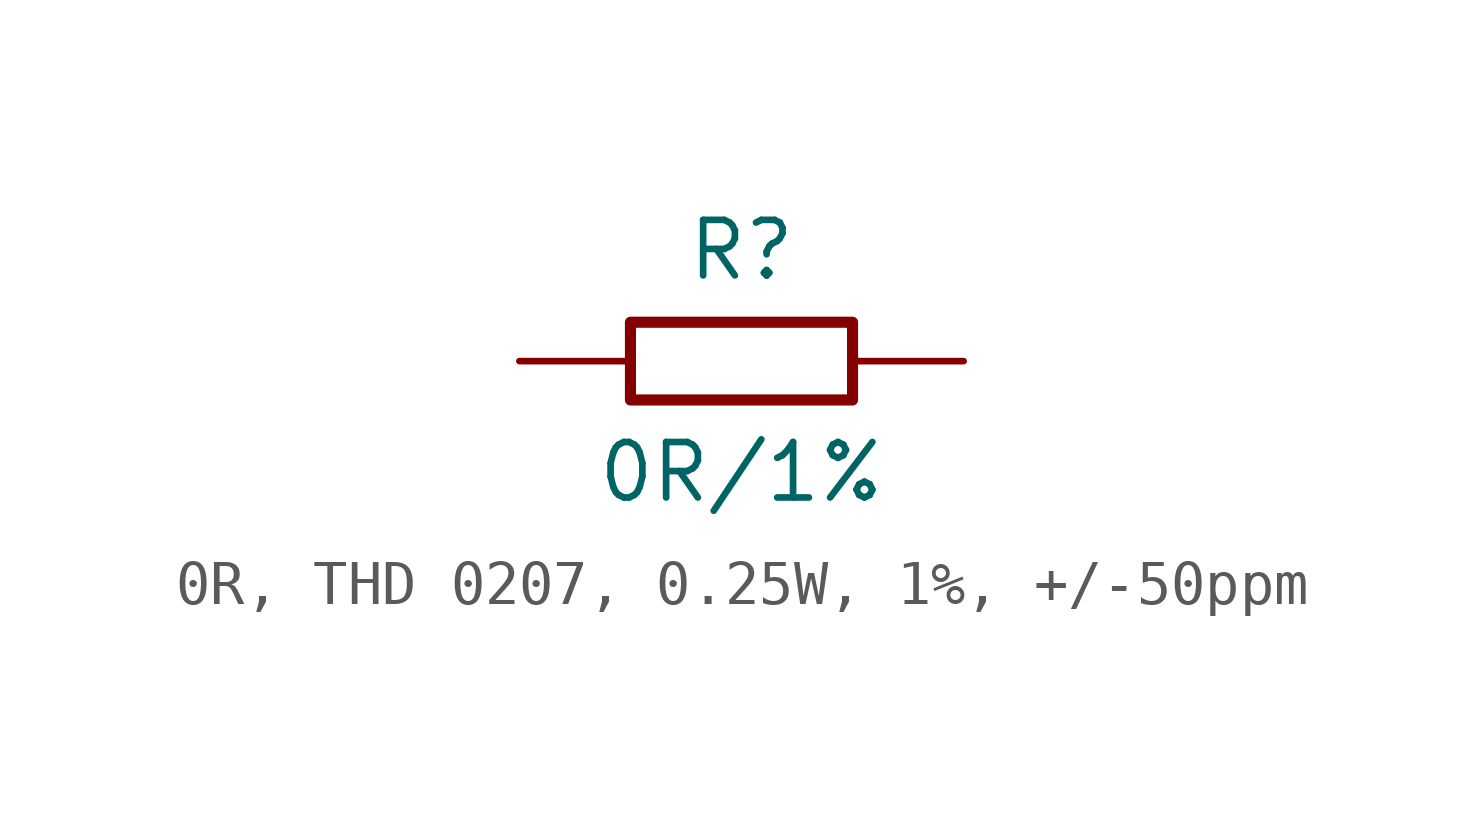
<source format=kicad_sym>
(kicad_symbol_lib
  (version 20220914)
  (generator kicad_symbol_editor)
  (symbol "0R, THD 0207, 0.25W, 1%, +/-50ppm"
    (pin_numbers hide)
    (pin_names
      (offset 0) hide)
    (property "Reference" "R"
      (at 0 2.54 0)
      (effects (font (size 1.27 1.27))))
    (property "Value" "0R/1%"
      (at 0 -2.54 0)
      (effects (font (size 1.27 1.27))))
    (symbol "0R, THD 0207, 0.25W, 1%, +/-50ppm_0_1"
      (rectangle (start -2.54 0.889) (end 2.54 -0.889) (stroke (width 0.254) (type default)) (fill (type none))))
    (symbol "0R, THD 0207, 0.25W, 1%, +/-50ppm_1_1"
      (pin passive line (at -5.08 0 0) (length 2.54) (name "1" (effects (font (size 1.27 1.27)))) (number "1" (effects (font (size 1.27 1.27)))))
      (pin passive line (at 5.08 0 180) (length 2.54) (name "2" (effects (font (size 1.27 1.27)))) (number "2" (effects (font (size 1.27 1.27))))))))
</source>
